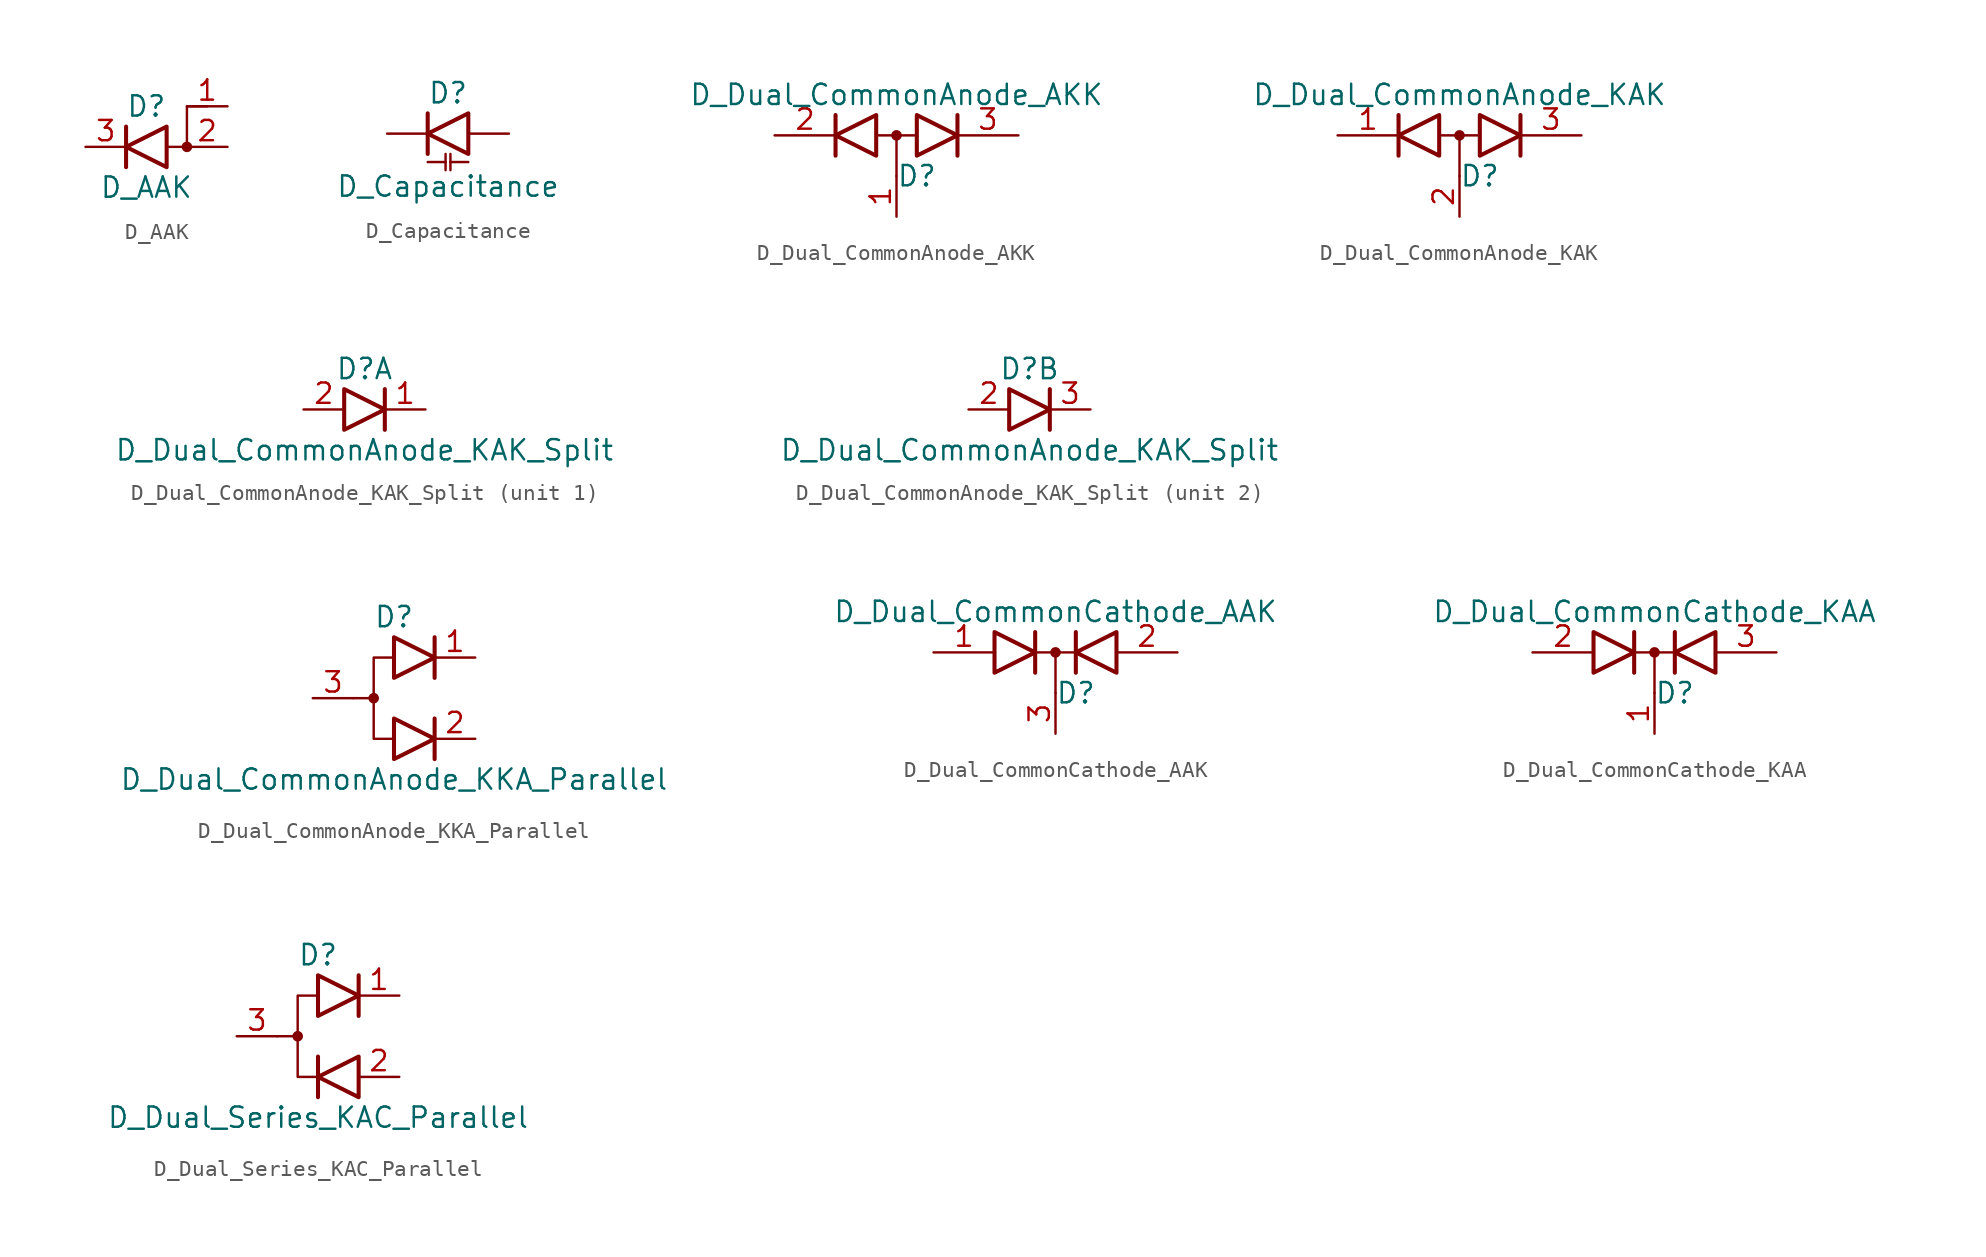
<source format=kicad_sym>
(kicad_symbol_lib
  (version 20241209)
  (generator "kicad_symbol_editor")
  (generator_version "9.0")
  (symbol "D_AAK"
    (pin_names
      (offset 0)
      (hide yes))
    (property "Reference" "D"
      (at 0 2.54 0)
      (effects (font (size 1.27 1.27))))
    (property "Value" "D_AAK"
      (at 0 -2.54 0)
      (effects (font (size 1.27 1.27))))
    (symbol "D_AAK_0_1"
      (polyline (pts (xy -1.27 1.27) (xy -1.27 -1.27)) (stroke (width 0.254) (type default)) (fill (type none)))
      (polyline (pts (xy 1.27 1.27) (xy 1.27 -1.27) (xy -1.27 0) (xy 1.27 1.27)) (stroke (width 0.254) (type default)) (fill (type none)))
      (circle (center 2.54 0) (radius 0.254) (stroke (width 0) (type default)) (fill (type outline)))
      (polyline (pts (xy 3.81 2.54) (xy 2.54 2.54) (xy 2.54 0) (xy 1.27 0)) (stroke (width 0) (type default)) (fill (type none))))
    (symbol "D_AAK_1_1"
      (pin passive line (at -3.81 0 0) (length 2.54) (name "K" (effects (font (size 1.27 1.27)))) (number "3" (effects (font (size 1.27 1.27)))))
      (pin passive line (at 5.08 2.54 180) (length 2.54) (name "A" (effects (font (size 1.27 1.27)))) (number "1" (effects (font (size 1.27 1.27)))))
      (pin passive line (at 5.08 0 180) (length 2.54) (name "A" (effects (font (size 1.27 1.27)))) (number "2" (effects (font (size 1.27 1.27)))))))
  (symbol "D_Capacitance"
    (pin_numbers
      (hide yes))
    (pin_names
      (offset 1.016)
      (hide yes))
    (property "Reference" "D"
      (at 0 2.54 0)
      (effects (font (size 1.27 1.27))))
    (property "Value" "D_Capacitance"
      (at 0 -3.302 0)
      (effects (font (size 1.27 1.27))))
    (symbol "D_Capacitance_0_1"
      (polyline (pts (xy -1.27 1.27) (xy -1.27 -1.27)) (stroke (width 0.254) (type default)) (fill (type none)))
      (polyline (pts (xy -1.27 -1.778) (xy -0.152 -1.778)) (stroke (width 0) (type default)) (fill (type none)))
      (polyline (pts (xy -0.152 -1.27) (xy -0.152 -2.286)) (stroke (width 0) (type default)) (fill (type none)))
      (polyline (pts (xy 0.152 -1.27) (xy 0.152 -2.286)) (stroke (width 0) (type default)) (fill (type none)))
      (polyline (pts (xy 0.152 -1.778) (xy 1.27 -1.778)) (stroke (width 0) (type default)) (fill (type none)))
      (polyline (pts (xy 1.27 1.27) (xy 1.27 -1.27) (xy -1.27 0) (xy 1.27 1.27)) (stroke (width 0.254) (type default)) (fill (type none))))
    (symbol "D_Capacitance_1_1"
      (pin passive line (at -3.81 0 0) (length 2.54) (name "K" (effects (font (size 1.27 1.27)))) (number "1" (effects (font (size 1.27 1.27)))))
      (pin passive line (at 3.81 0 180) (length 2.54) (name "A" (effects (font (size 1.27 1.27)))) (number "2" (effects (font (size 1.27 1.27)))))))
  (symbol "D_Dual_CommonAnode_AKK"
    (pin_names
      (offset 0.762)
      (hide yes))
    (property "Reference" "D"
      (at 1.27 -2.54 0)
      (effects (font (size 1.27 1.27))))
    (property "Value" "D_Dual_CommonAnode_AKK"
      (at 0 2.54 0)
      (effects (font (size 1.27 1.27))))
    (symbol "D_Dual_CommonAnode_AKK_0_1"
      (polyline (pts (xy -3.81 1.27) (xy -3.81 -1.27) (xy -3.81 -1.27)) (stroke (width 0.254) (type default)) (fill (type none)))
      (polyline (pts (xy -1.27 0) (xy 1.27 0)) (stroke (width 0) (type default)) (fill (type none)))
      (polyline (pts (xy -1.27 -1.27) (xy -3.81 0) (xy -1.27 1.27) (xy -1.27 -1.27) (xy -1.27 -1.27) (xy -1.27 -1.27)) (stroke (width 0.254) (type default)) (fill (type none)))
      (polyline (pts (xy 0 0) (xy 0 -2.54)) (stroke (width 0) (type default)) (fill (type none)))
      (circle (center 0 0) (radius 0.254) (stroke (width 0) (type default)) (fill (type outline)))
      (polyline (pts (xy 1.27 1.27) (xy 3.81 0) (xy 1.27 -1.27) (xy 1.27 1.27) (xy 1.27 1.27) (xy 1.27 1.27)) (stroke (width 0.254) (type default)) (fill (type none)))
      (polyline (pts (xy 3.81 1.27) (xy 3.81 -1.27) (xy 3.81 -1.27)) (stroke (width 0.254) (type default)) (fill (type none)))
      (pin passive line (at -7.62 0 0) (length 3.81) (name "K" (effects (font (size 1.27 1.27)))) (number "2" (effects (font (size 1.27 1.27)))))
      (pin passive line (at 0 -5.08 90) (length 2.54) (name "A" (effects (font (size 1.27 1.27)))) (number "1" (effects (font (size 1.27 1.27)))))
      (pin passive line (at 7.62 0 180) (length 3.81) (name "K" (effects (font (size 1.27 1.27)))) (number "3" (effects (font (size 1.27 1.27)))))))
  (symbol "D_Dual_CommonAnode_KAK"
    (pin_names
      (offset 0.762)
      (hide yes))
    (property "Reference" "D"
      (at 1.27 -2.54 0)
      (effects (font (size 1.27 1.27))))
    (property "Value" "D_Dual_CommonAnode_KAK"
      (at 0 2.54 0)
      (effects (font (size 1.27 1.27))))
    (symbol "D_Dual_CommonAnode_KAK_0_1"
      (polyline (pts (xy -3.81 1.27) (xy -3.81 -1.27) (xy -3.81 -1.27)) (stroke (width 0.254) (type default)) (fill (type none)))
      (polyline (pts (xy -1.27 -1.27) (xy -3.81 0) (xy -1.27 1.27) (xy -1.27 -1.27) (xy -1.27 -1.27) (xy -1.27 -1.27)) (stroke (width 0.254) (type default)) (fill (type none)))
      (polyline (pts (xy 0 0) (xy 0 -2.54)) (stroke (width 0) (type default)) (fill (type none)))
      (circle (center 0 0) (radius 0.254) (stroke (width 0) (type default)) (fill (type outline)))
      (polyline (pts (xy 1.27 1.27) (xy 3.81 0) (xy 1.27 -1.27) (xy 1.27 1.27) (xy 1.27 1.27) (xy 1.27 1.27)) (stroke (width 0.254) (type default)) (fill (type none)))
      (polyline (pts (xy 1.27 0) (xy -1.27 0)) (stroke (width 0) (type default)) (fill (type none)))
      (polyline (pts (xy 3.81 1.27) (xy 3.81 -1.27) (xy 3.81 -1.27)) (stroke (width 0.254) (type default)) (fill (type none)))
      (pin passive line (at -7.62 0 0) (length 3.81) (name "K" (effects (font (size 1.27 1.27)))) (number "1" (effects (font (size 1.27 1.27)))))
      (pin passive line (at 0 -5.08 90) (length 2.54) (name "A" (effects (font (size 1.27 1.27)))) (number "2" (effects (font (size 1.27 1.27)))))
      (pin passive line (at 7.62 0 180) (length 3.81) (name "K" (effects (font (size 1.27 1.27)))) (number "3" (effects (font (size 1.27 1.27)))))))
  (symbol "D_Dual_CommonAnode_KAK_Split"
    (pin_names
      (offset 0.762)
      (hide yes))
    (property "Reference" "D"
      (at 0 2.54 0)
      (effects (font (size 1.27 1.27))))
    (property "Value" "D_Dual_CommonAnode_KAK_Split"
      (at 0 -2.54 0)
      (effects (font (size 1.27 1.27))))
    (property "ki_locked" ""
      (at 0 0 0)
      (effects (font (size 1.27 1.27))))
    (symbol "D_Dual_CommonAnode_KAK_Split_0_0"
      (polyline (pts (xy 1.27 1.27) (xy 1.27 -1.27)) (stroke (width 0.254) (type default)) (fill (type none))))
    (symbol "D_Dual_CommonAnode_KAK_Split_0_1"
      (polyline (pts (xy -1.27 1.27) (xy 1.27 0) (xy -1.27 -1.27) (xy -1.27 1.27) (xy -1.27 1.27) (xy -1.27 1.27)) (stroke (width 0.254) (type default)) (fill (type none)))
      (pin passive line (at -3.81 0 0) (length 2.54) (name "A" (effects (font (size 1.27 1.27)))) (number "2" (effects (font (size 1.27 1.27))))))
    (symbol "D_Dual_CommonAnode_KAK_Split_1_1"
      (pin passive line (at 3.81 0 180) (length 2.54) (name "K" (effects (font (size 1.27 1.27)))) (number "1" (effects (font (size 1.27 1.27))))))
    (symbol "D_Dual_CommonAnode_KAK_Split_2_1"
      (pin passive line (at 3.81 0 180) (length 2.54) (name "K" (effects (font (size 1.27 1.27)))) (number "3" (effects (font (size 1.27 1.27)))))))
  (symbol "D_Dual_CommonAnode_KKA_Parallel"
    (pin_names
      (offset 0.762)
      (hide yes))
    (property "Reference" "D"
      (at 0 5.08 0)
      (effects (font (size 1.27 1.27))))
    (property "Value" "D_Dual_CommonAnode_KKA_Parallel"
      (at 0 -5.08 0)
      (effects (font (size 1.27 1.27))))
    (symbol "D_Dual_CommonAnode_KKA_Parallel_0_0"
      (polyline (pts (xy 2.54 1.27) (xy 2.54 3.81)) (stroke (width 0.254) (type default)) (fill (type none)))
      (polyline (pts (xy 2.54 -3.81) (xy 2.54 -1.27)) (stroke (width 0.254) (type default)) (fill (type none))))
    (symbol "D_Dual_CommonAnode_KKA_Parallel_0_1"
      (circle (center -1.27 0) (radius 0.254) (stroke (width 0) (type default)) (fill (type outline)))
      (polyline (pts (xy -1.27 0) (xy -2.54 0)) (stroke (width 0) (type default)) (fill (type none)))
      (polyline (pts (xy 0 3.81) (xy 2.54 2.54) (xy 0 1.27) (xy 0 3.81) (xy 0 3.81) (xy 0 3.81)) (stroke (width 0.254) (type default)) (fill (type none)))
      (polyline (pts (xy 0 2.54) (xy -1.27 2.54) (xy -1.27 -2.54) (xy 0 -2.54)) (stroke (width 0) (type default)) (fill (type none)))
      (polyline (pts (xy 0 -1.27) (xy 2.54 -2.54) (xy 0 -3.81) (xy 0 -1.27) (xy 0 -1.27) (xy 0 -1.27)) (stroke (width 0.254) (type default)) (fill (type none)))
      (pin passive line (at -5.08 0 0) (length 2.54) (name "A" (effects (font (size 1.27 1.27)))) (number "3" (effects (font (size 1.27 1.27)))))
      (pin passive line (at 5.08 2.54 180) (length 2.54) (name "K" (effects (font (size 1.27 1.27)))) (number "1" (effects (font (size 1.27 1.27)))))
      (pin passive line (at 5.08 -2.54 180) (length 2.54) (name "K" (effects (font (size 1.27 1.27)))) (number "2" (effects (font (size 1.27 1.27)))))))
  (symbol "D_Dual_CommonCathode_AAK"
    (pin_names
      (offset 0.762)
      (hide yes))
    (property "Reference" "D"
      (at 1.27 -2.54 0)
      (effects (font (size 1.27 1.27))))
    (property "Value" "D_Dual_CommonCathode_AAK"
      (at 0 2.54 0)
      (effects (font (size 1.27 1.27))))
    (symbol "D_Dual_CommonCathode_AAK_0_1"
      (polyline (pts (xy -3.81 1.27) (xy -1.27 0) (xy -3.81 -1.27) (xy -3.81 1.27) (xy -3.81 1.27) (xy -3.81 1.27)) (stroke (width 0.254) (type default)) (fill (type none)))
      (polyline (pts (xy -1.27 0) (xy 1.27 0)) (stroke (width 0) (type default)) (fill (type none)))
      (polyline (pts (xy -1.27 -1.27) (xy -1.27 1.27) (xy -1.27 1.27)) (stroke (width 0.254) (type default)) (fill (type none)))
      (polyline (pts (xy 0 0) (xy 0 -2.54)) (stroke (width 0) (type default)) (fill (type none)))
      (circle (center 0 0) (radius 0.254) (stroke (width 0) (type default)) (fill (type outline)))
      (polyline (pts (xy 1.27 -1.27) (xy 1.27 1.27) (xy 1.27 1.27)) (stroke (width 0.254) (type default)) (fill (type none)))
      (polyline (pts (xy 3.81 -1.27) (xy 1.27 0) (xy 3.81 1.27) (xy 3.81 -1.27) (xy 3.81 -1.27) (xy 3.81 -1.27)) (stroke (width 0.254) (type default)) (fill (type none)))
      (pin passive line (at -7.62 0 0) (length 3.81) (name "A" (effects (font (size 1.27 1.27)))) (number "1" (effects (font (size 1.27 1.27)))))
      (pin passive line (at 0 -5.08 90) (length 2.54) (name "K" (effects (font (size 1.27 1.27)))) (number "3" (effects (font (size 1.27 1.27)))))
      (pin passive line (at 7.62 0 180) (length 3.81) (name "A" (effects (font (size 1.27 1.27)))) (number "2" (effects (font (size 1.27 1.27)))))))
  (symbol "D_Dual_CommonCathode_KAA"
    (pin_names
      (offset 0.762)
      (hide yes))
    (property "Reference" "D"
      (at 1.27 -2.54 0)
      (effects (font (size 1.27 1.27))))
    (property "Value" "D_Dual_CommonCathode_KAA"
      (at 0 2.54 0)
      (effects (font (size 1.27 1.27))))
    (symbol "D_Dual_CommonCathode_KAA_0_1"
      (polyline (pts (xy -3.81 1.27) (xy -1.27 0) (xy -3.81 -1.27) (xy -3.81 1.27) (xy -3.81 1.27) (xy -3.81 1.27)) (stroke (width 0.254) (type default)) (fill (type none)))
      (polyline (pts (xy -1.27 0) (xy 1.27 0)) (stroke (width 0) (type default)) (fill (type none)))
      (polyline (pts (xy -1.27 -1.27) (xy -1.27 1.27) (xy -1.27 1.27)) (stroke (width 0.254) (type default)) (fill (type none)))
      (polyline (pts (xy 0 0) (xy 0 -2.54)) (stroke (width 0) (type default)) (fill (type none)))
      (circle (center 0 0) (radius 0.254) (stroke (width 0) (type default)) (fill (type outline)))
      (polyline (pts (xy 1.27 -1.27) (xy 1.27 1.27) (xy 1.27 1.27)) (stroke (width 0.254) (type default)) (fill (type none)))
      (polyline (pts (xy 3.81 -1.27) (xy 1.27 0) (xy 3.81 1.27) (xy 3.81 -1.27) (xy 3.81 -1.27) (xy 3.81 -1.27)) (stroke (width 0.254) (type default)) (fill (type none)))
      (pin passive line (at -7.62 0 0) (length 3.81) (name "A" (effects (font (size 1.27 1.27)))) (number "2" (effects (font (size 1.27 1.27)))))
      (pin passive line (at 0 -5.08 90) (length 2.54) (name "K" (effects (font (size 1.27 1.27)))) (number "1" (effects (font (size 1.27 1.27)))))
      (pin passive line (at 7.62 0 180) (length 3.81) (name "A" (effects (font (size 1.27 1.27)))) (number "3" (effects (font (size 1.27 1.27)))))))
  (symbol "D_Dual_Series_KAC_Parallel"
    (pin_names
      (offset 0.762)
      (hide yes))
    (property "Reference" "D"
      (at 0 5.08 0)
      (effects (font (size 1.27 1.27))))
    (property "Value" "D_Dual_Series_KAC_Parallel"
      (at 0 -5.08 0)
      (effects (font (size 1.27 1.27))))
    (symbol "D_Dual_Series_KAC_Parallel_0_0"
      (polyline (pts (xy 0 -1.27) (xy 0 -3.81)) (stroke (width 0.254) (type default)) (fill (type none)))
      (polyline (pts (xy 2.54 3.81) (xy 2.54 1.27)) (stroke (width 0.254) (type default)) (fill (type none))))
    (symbol "D_Dual_Series_KAC_Parallel_0_1"
      (circle (center -1.27 0) (radius 0.254) (stroke (width 0) (type default)) (fill (type outline)))
      (polyline (pts (xy -1.27 0) (xy -2.54 0)) (stroke (width 0) (type default)) (fill (type none)))
      (polyline (pts (xy 0 3.81) (xy 2.54 2.54) (xy 0 1.27) (xy 0 3.81) (xy 0 3.81) (xy 0 3.81)) (stroke (width 0.254) (type default)) (fill (type none)))
      (polyline (pts (xy 0 2.54) (xy -1.27 2.54) (xy -1.27 -2.54) (xy 0 -2.54)) (stroke (width 0) (type default)) (fill (type none)))
      (polyline (pts (xy 2.54 -1.27) (xy 0 -2.54) (xy 2.54 -3.81) (xy 2.54 -1.27) (xy 2.54 -1.27) (xy 2.54 -1.27)) (stroke (width 0.254) (type default)) (fill (type none)))
      (pin passive line (at -5.08 0 0) (length 2.54) (name "common" (effects (font (size 1.27 1.27)))) (number "3" (effects (font (size 1.27 1.27)))))
      (pin passive line (at 5.08 2.54 180) (length 2.54) (name "K" (effects (font (size 1.27 1.27)))) (number "1" (effects (font (size 1.27 1.27)))))
      (pin passive line (at 5.08 -2.54 180) (length 2.54) (name "A" (effects (font (size 1.27 1.27)))) (number "2" (effects (font (size 1.27 1.27))))))))
</source>
